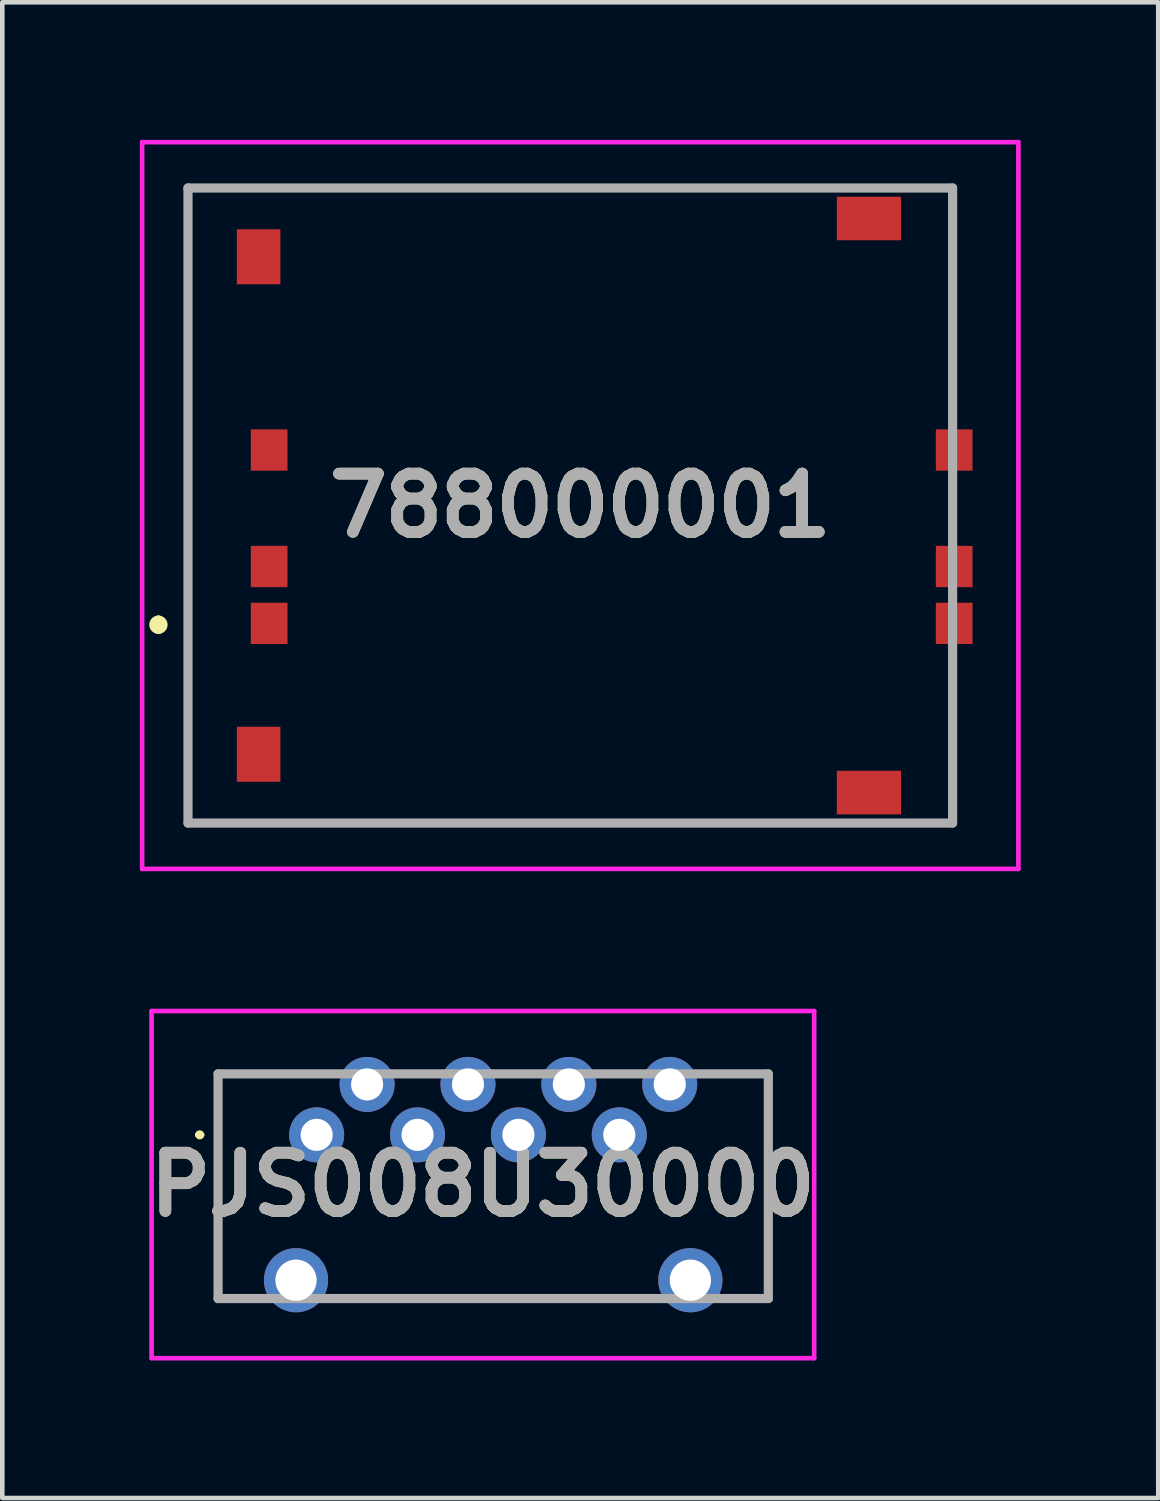
<source format=kicad_pcb>
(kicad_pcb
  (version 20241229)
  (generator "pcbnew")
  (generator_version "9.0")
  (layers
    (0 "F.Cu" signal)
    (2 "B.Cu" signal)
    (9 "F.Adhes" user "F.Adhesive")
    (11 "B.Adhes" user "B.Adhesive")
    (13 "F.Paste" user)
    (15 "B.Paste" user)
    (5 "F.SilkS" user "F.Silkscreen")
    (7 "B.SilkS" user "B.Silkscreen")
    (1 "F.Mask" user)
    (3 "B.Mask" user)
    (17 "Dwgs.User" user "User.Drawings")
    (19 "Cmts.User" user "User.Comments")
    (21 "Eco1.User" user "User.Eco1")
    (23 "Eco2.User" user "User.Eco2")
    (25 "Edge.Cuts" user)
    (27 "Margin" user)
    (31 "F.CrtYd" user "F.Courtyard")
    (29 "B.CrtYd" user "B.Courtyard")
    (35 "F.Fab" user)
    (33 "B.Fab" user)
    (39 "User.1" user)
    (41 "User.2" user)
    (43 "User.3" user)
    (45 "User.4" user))
  (footprint "PJS008U30000"
    (layer "F.Cu")
    (at 7.481 22.82)
    (property "Reference" "PJS008U30000" (at 0 -0.035 0) (layer "F.SilkS") (effects (font (size 1.27 1.27) (thickness 0.254))))
    (attr through_hole)
    (fp_line (start -6.225 -1.12) (end -6.225 -1.12) (stroke (width 0.1) (type solid)) (layer "F.SilkS"))
    (fp_line (start -6.125 -1.12) (end -6.125 -1.12) (stroke (width 0.1) (type solid)) (layer "F.SilkS"))
    (fp_line (start -5.775 -2.45) (end -3.775 -2.45) (stroke (width 0.1) (type solid)) (layer "F.SilkS"))
    (fp_line (start -5.775 2.45) (end -5.775 -2.45) (stroke (width 0.1) (type solid)) (layer "F.SilkS"))
    (fp_line (start -2.775 2.45) (end 2.975 2.45) (stroke (width 0.1) (type solid)) (layer "F.SilkS"))
    (fp_line (start 5.225 -2.45) (end 6.225 -2.45) (stroke (width 0.1) (type solid)) (layer "F.SilkS"))
    (fp_line (start 6.225 -2.45) (end 6.225 2.45) (stroke (width 0.1) (type solid)) (layer "F.SilkS"))
    (fp_arc (start -6.225 -1.12) (mid -6.175 -1.17) (end -6.125 -1.12) (stroke (width 0.1) (type solid)) (layer "F.SilkS"))
    (fp_arc (start -6.125 -1.12) (mid -6.175 -1.07) (end -6.225 -1.12) (stroke (width 0.1) (type solid)) (layer "F.SilkS"))
    (fp_line (start -7.225 -3.82) (end 7.225 -3.82) (stroke (width 0.1) (type solid)) (layer "F.CrtYd"))
    (fp_line (start -7.225 3.75) (end -7.225 -3.82) (stroke (width 0.1) (type solid)) (layer "F.CrtYd"))
    (fp_line (start 7.225 -3.82) (end 7.225 3.75) (stroke (width 0.1) (type solid)) (layer "F.CrtYd"))
    (fp_line (start 7.225 3.75) (end -7.225 3.75) (stroke (width 0.1) (type solid)) (layer "F.CrtYd"))
    (fp_line (start -5.775 -2.45) (end 6.225 -2.45) (stroke (width 0.2) (type solid)) (layer "F.Fab"))
    (fp_line (start -5.775 2.45) (end -5.775 -2.45) (stroke (width 0.2) (type solid)) (layer "F.Fab"))
    (fp_line (start 6.225 -2.45) (end 6.225 2.45) (stroke (width 0.2) (type solid)) (layer "F.Fab"))
    (fp_line (start 6.225 2.45) (end -5.775 2.45) (stroke (width 0.2) (type solid)) (layer "F.Fab"))
    (fp_text user "${REFERENCE}" (at 0 -0.035 0) (layer "F.Fab") (effects (font (size 1.27 1.27) (thickness 0.254))))
    (pad "1" thru_hole circle (at -3.625 -1.12) (size 1.2 1.2) (drill 0.7) (layers "*.Cu" "*.Mask"))
    (pad "2" thru_hole circle (at -2.525 -2.22) (size 1.2 1.2) (drill 0.7) (layers "*.Cu" "*.Mask"))
    (pad "3" thru_hole circle (at -1.425 -1.12) (size 1.2 1.2) (drill 0.7) (layers "*.Cu" "*.Mask"))
    (pad "4" thru_hole circle (at -0.325 -2.22) (size 1.2 1.2) (drill 0.7) (layers "*.Cu" "*.Mask"))
    (pad "5" thru_hole circle (at 0.775 -1.12) (size 1.2 1.2) (drill 0.7) (layers "*.Cu" "*.Mask"))
    (pad "6" thru_hole circle (at 1.875 -2.22) (size 1.2 1.2) (drill 0.7) (layers "*.Cu" "*.Mask"))
    (pad "7" thru_hole circle (at 2.975 -1.12) (size 1.2 1.2) (drill 0.7) (layers "*.Cu" "*.Mask"))
    (pad "8" thru_hole circle (at 4.075 -2.22) (size 1.2 1.2) (drill 0.7) (layers "*.Cu" "*.Mask"))
    (pad "MH1" thru_hole circle (at -4.075 2.05) (size 1.4 1.4) (drill 0.9) (layers "*.Cu" "*.Mask"))
    (pad "MH2" thru_hole circle (at 4.525 2.05) (size 1.4 1.4) (drill 0.9) (layers "*.Cu" "*.Mask")))
  (footprint "788000001"
    (layer "F.Cu")
    (at 9.405 7.975)
    (property "Reference" "788000001" (at 0.2 0 0) (layer "F.SilkS") (effects (font (size 1.27 1.27) (thickness 0.254))))
    (attr smd)
    (fp_line (start -9 2.5) (end -9 2.5) (stroke (width 0.2) (type solid)) (layer "F.SilkS"))
    (fp_line (start -9 2.7) (end -9 2.7) (stroke (width 0.2) (type solid)) (layer "F.SilkS"))
    (fp_line (start -8.355 -6.925) (end 8.32 -6.925) (stroke (width 0.1) (type solid)) (layer "F.SilkS"))
    (fp_line (start -8.355 6.925) (end -8.355 -6.925) (stroke (width 0.1) (type solid)) (layer "F.SilkS"))
    (fp_line (start 8.32 -6.925) (end 8.32 -2) (stroke (width 0.1) (type solid)) (layer "F.SilkS"))
    (fp_line (start 8.32 4) (end 8.32 6.925) (stroke (width 0.1) (type solid)) (layer "F.SilkS"))
    (fp_line (start 8.32 6.925) (end -8.355 6.925) (stroke (width 0.1) (type solid)) (layer "F.SilkS"))
    (fp_arc (start -9 2.5) (mid -8.9 2.6) (end -9 2.7) (stroke (width 0.2) (type solid)) (layer "F.SilkS"))
    (fp_arc (start -9 2.7) (mid -9.1 2.6) (end -9 2.5) (stroke (width 0.2) (type solid)) (layer "F.SilkS"))
    (fp_line (start -9.355 -7.925) (end 9.755 -7.925) (stroke (width 0.1) (type solid)) (layer "F.CrtYd"))
    (fp_line (start -9.355 7.925) (end -9.355 -7.925) (stroke (width 0.1) (type solid)) (layer "F.CrtYd"))
    (fp_line (start 9.755 -7.925) (end 9.755 7.925) (stroke (width 0.1) (type solid)) (layer "F.CrtYd"))
    (fp_line (start 9.755 7.925) (end -9.355 7.925) (stroke (width 0.1) (type solid)) (layer "F.CrtYd"))
    (fp_line (start -8.355 -6.925) (end 8.32 -6.925) (stroke (width 0.2) (type solid)) (layer "F.Fab"))
    (fp_line (start -8.355 6.925) (end -8.355 -6.925) (stroke (width 0.2) (type solid)) (layer "F.Fab"))
    (fp_line (start 8.32 -6.925) (end 8.32 6.925) (stroke (width 0.2) (type solid)) (layer "F.Fab"))
    (fp_line (start 8.32 6.925) (end -8.355 6.925) (stroke (width 0.2) (type solid)) (layer "F.Fab"))
    (fp_text user "${REFERENCE}" (at 0.2 0 0) (layer "F.Fab") (effects (font (size 1.27 1.27) (thickness 0.254))))
    (pad "C1" smd rect (at -6.585 2.57) (size 0.8 0.9) (layers "F.Cu" "F.Mask" "F.Paste"))
    (pad "C2" smd rect (at -6.585 1.33) (size 0.8 0.9) (layers "F.Cu" "F.Mask" "F.Paste"))
    (pad "C3" smd rect (at -6.585 -1.21) (size 0.8 0.9) (layers "F.Cu" "F.Mask" "F.Paste"))
    (pad "C5" smd rect (at 8.355 2.57) (size 0.8 0.9) (layers "F.Cu" "F.Mask" "F.Paste"))
    (pad "C6" smd rect (at 8.355 1.33) (size 0.8 0.9) (layers "F.Cu" "F.Mask" "F.Paste"))
    (pad "C7" smd rect (at 8.355 -1.21) (size 0.8 0.9) (layers "F.Cu" "F.Mask" "F.Paste"))
    (pad "MP1" smd rect (at -6.815 -5.425) (size 0.95 1.2) (layers "F.Cu" "F.Mask" "F.Paste"))
    (pad "MP2" smd rect (at 6.495 -6.26 90) (size 0.95 1.4) (layers "F.Cu" "F.Mask" "F.Paste"))
    (pad "MP3" smd rect (at 6.495 6.26 90) (size 0.95 1.4) (layers "F.Cu" "F.Mask" "F.Paste"))
    (pad "MP4" smd rect (at -6.815 5.425) (size 0.95 1.2) (layers "F.Cu" "F.Mask" "F.Paste")))
  (gr_rect
    (start -3 -3)
    (end 22.21 29.62)
    (stroke (width 0.1) (type default))
    (fill no)
    (layer "Edge.Cuts")))
</source>
